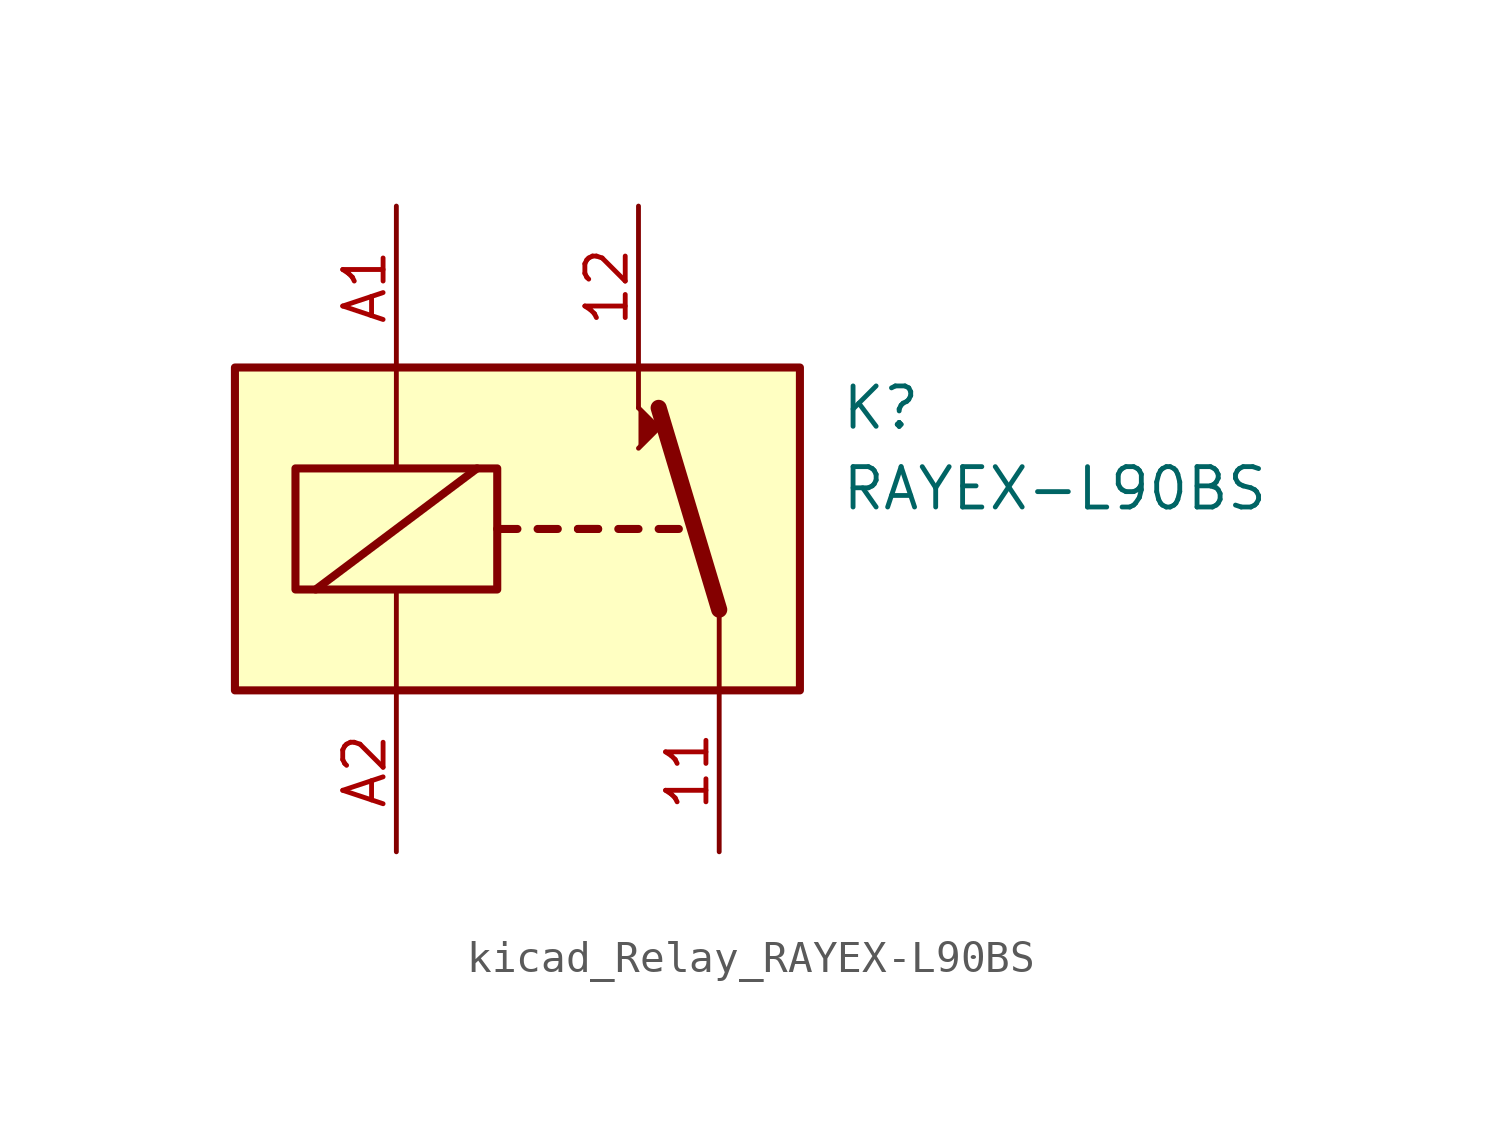
<source format=kicad_sym>
(kicad_symbol_lib
  (version 20220914)
  (generator kicad_symbol_editor)
  (symbol "kicad_Relay_RAYEX-L90BS"
    (property "Reference" "K"
      (at 8.89 3.81 0)
      (effects (font (size 1.27 1.27)) (justify left)))
    (property "Value" "RAYEX-L90BS"
      (at 8.89 1.27 0)
      (effects (font (size 1.27 1.27)) (justify left)))
    (symbol "kicad_Relay_RAYEX-L90BS_1_0"
      (polyline (pts (xy 2.54 3.81) (xy 2.54 5.08)) (stroke (width 0) (type default)) (fill (type none))))
    (symbol "kicad_Relay_RAYEX-L90BS_1_1"
      (rectangle (start -10.16 5.08) (end 7.62 -5.08) (stroke (width 0.254) (type default)) (fill (type background)))
      (rectangle (start -8.255 1.905) (end -1.905 -1.905) (stroke (width 0.254) (type default)) (fill (type none)))
      (polyline (pts (xy -7.62 -1.905) (xy -2.54 1.905)) (stroke (width 0.254) (type default)) (fill (type none)))
      (polyline (pts (xy -5.08 -5.08) (xy -5.08 -1.905)) (stroke (width 0) (type default)) (fill (type none)))
      (polyline (pts (xy -5.08 5.08) (xy -5.08 1.905)) (stroke (width 0) (type default)) (fill (type none)))
      (polyline (pts (xy -1.905 0) (xy -1.27 0)) (stroke (width 0.254) (type default)) (fill (type none)))
      (polyline (pts (xy -0.635 0) (xy 0 0)) (stroke (width 0.254) (type default)) (fill (type none)))
      (polyline (pts (xy 0.635 0) (xy 1.27 0)) (stroke (width 0.254) (type default)) (fill (type none)))
      (polyline (pts (xy 0.635 0) (xy 1.27 0)) (stroke (width 0.254) (type default)) (fill (type none)))
      (polyline (pts (xy 1.905 0) (xy 2.54 0)) (stroke (width 0.254) (type default)) (fill (type none)))
      (polyline (pts (xy 3.175 0) (xy 3.81 0)) (stroke (width 0.254) (type default)) (fill (type none)))
      (polyline (pts (xy 5.08 -2.54) (xy 3.175 3.81)) (stroke (width 0.508) (type default)) (fill (type none)))
      (polyline (pts (xy 5.08 -2.54) (xy 5.08 -5.08)) (stroke (width 0) (type default)) (fill (type none)))
      (polyline (pts (xy 2.54 2.54) (xy 3.175 3.175) (xy 2.54 3.81)) (stroke (width 0) (type default)) (fill (type outline)))
      (pin passive line (at 5.08 -10.16 90) (length 5.08) (name "~" (effects (font (size 1.27 1.27)))) (number "11" (effects (font (size 1.27 1.27)))))
      (pin passive line (at 2.54 10.16 270) (length 5.08) (name "~" (effects (font (size 1.27 1.27)))) (number "12" (effects (font (size 1.27 1.27)))))
      (pin passive line (at -5.08 10.16 270) (length 5.08) (name "~" (effects (font (size 1.27 1.27)))) (number "A1" (effects (font (size 1.27 1.27)))))
      (pin passive line (at -5.08 -10.16 90) (length 5.08) (name "~" (effects (font (size 1.27 1.27)))) (number "A2" (effects (font (size 1.27 1.27))))))))
</source>
